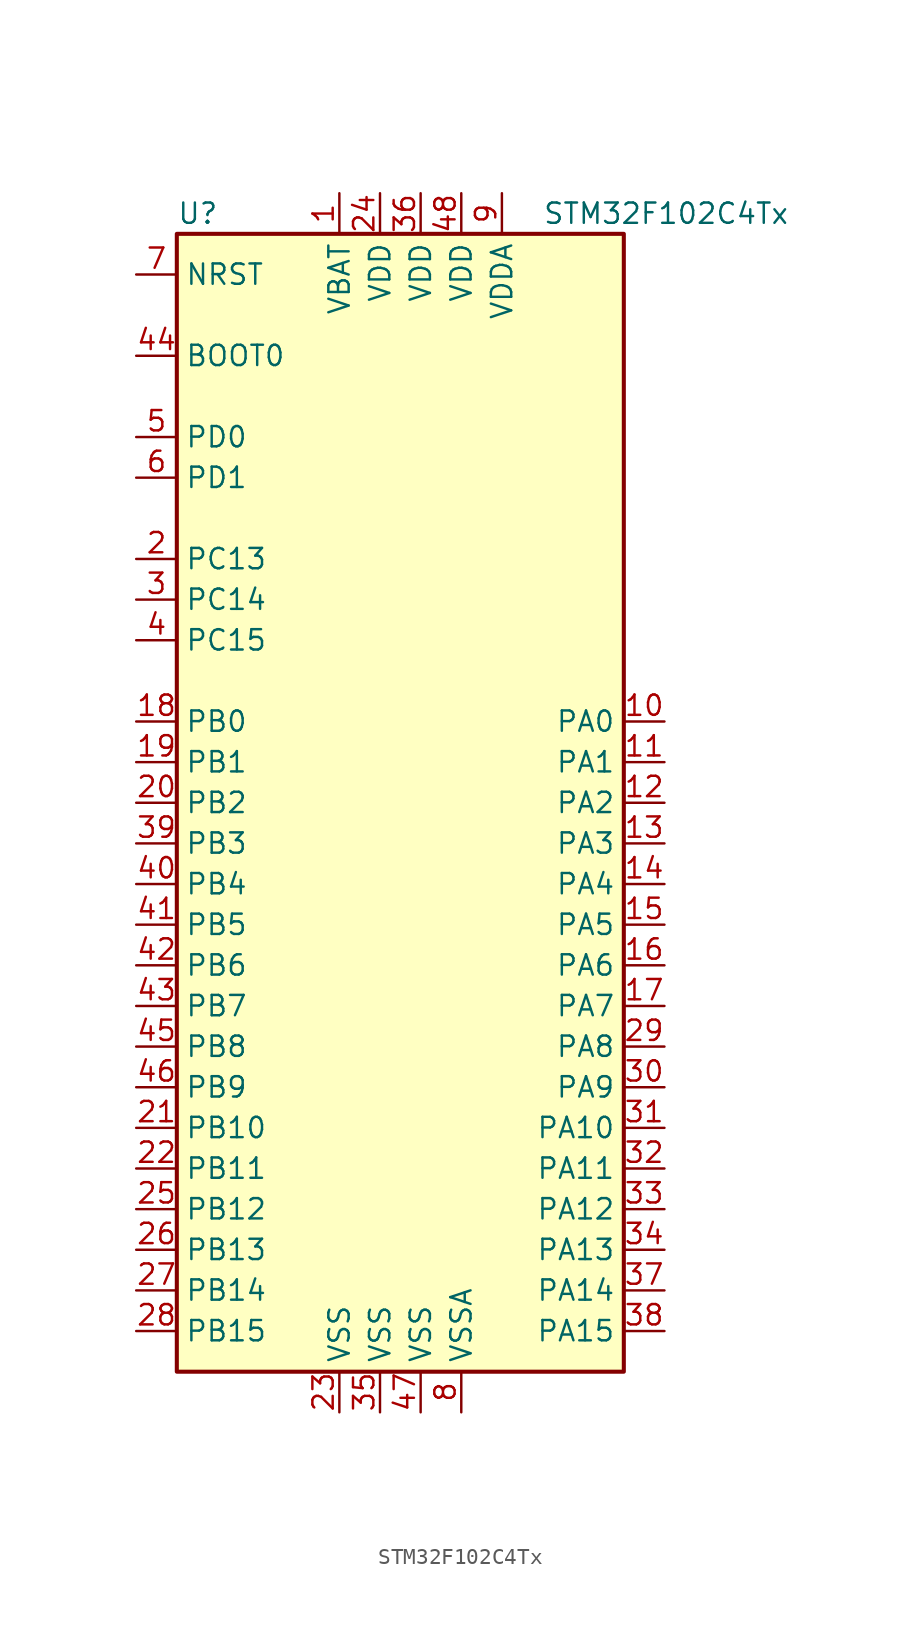
<source format=kicad_sym>
(kicad_symbol_lib
  (version 20201005)
  (generator kicad_symbol_editor)
  (symbol "MCU_ST_STM32F1:STM32F102C4Tx"
    (property "Reference" "U"
      (at -15.24 36.83 0)
      (effects (font (size 1.27 1.27)) (justify left)))
    (property "Value" "STM32F102C4Tx"
      (at 7.62 36.83 0)
      (effects (font (size 1.27 1.27)) (justify left)))
    (symbol "STM32F102C4Tx_0_1"
      (rectangle (start -15.24 -35.56) (end 12.7 35.56) (stroke (width 0.254)) (fill (type background))))
    (symbol "STM32F102C4Tx_1_1"
      (pin input line (at -17.78 27.94 0) (length 2.54) (name "BOOT0" (effects (font (size 1.27 1.27)))) (number "44" (effects (font (size 1.27 1.27)))))
      (pin input line (at -17.78 33.02 0) (length 2.54) (name "NRST" (effects (font (size 1.27 1.27)))) (number "7" (effects (font (size 1.27 1.27)))))
      (pin bidirectional line (at 15.24 5.08 180) (length 2.54) (name "PA0" (effects (font (size 1.27 1.27)))) (number "10" (effects (font (size 1.27 1.27)))))
      (pin bidirectional line (at 15.24 2.54 180) (length 2.54) (name "PA1" (effects (font (size 1.27 1.27)))) (number "11" (effects (font (size 1.27 1.27)))))
      (pin bidirectional line (at 15.24 -20.32 180) (length 2.54) (name "PA10" (effects (font (size 1.27 1.27)))) (number "31" (effects (font (size 1.27 1.27)))))
      (pin bidirectional line (at 15.24 -22.86 180) (length 2.54) (name "PA11" (effects (font (size 1.27 1.27)))) (number "32" (effects (font (size 1.27 1.27)))))
      (pin bidirectional line (at 15.24 -25.4 180) (length 2.54) (name "PA12" (effects (font (size 1.27 1.27)))) (number "33" (effects (font (size 1.27 1.27)))))
      (pin bidirectional line (at 15.24 -27.94 180) (length 2.54) (name "PA13" (effects (font (size 1.27 1.27)))) (number "34" (effects (font (size 1.27 1.27)))))
      (pin bidirectional line (at 15.24 -30.48 180) (length 2.54) (name "PA14" (effects (font (size 1.27 1.27)))) (number "37" (effects (font (size 1.27 1.27)))))
      (pin bidirectional line (at 15.24 -33.02 180) (length 2.54) (name "PA15" (effects (font (size 1.27 1.27)))) (number "38" (effects (font (size 1.27 1.27)))))
      (pin bidirectional line (at 15.24 0 180) (length 2.54) (name "PA2" (effects (font (size 1.27 1.27)))) (number "12" (effects (font (size 1.27 1.27)))))
      (pin bidirectional line (at 15.24 -2.54 180) (length 2.54) (name "PA3" (effects (font (size 1.27 1.27)))) (number "13" (effects (font (size 1.27 1.27)))))
      (pin bidirectional line (at 15.24 -5.08 180) (length 2.54) (name "PA4" (effects (font (size 1.27 1.27)))) (number "14" (effects (font (size 1.27 1.27)))))
      (pin bidirectional line (at 15.24 -7.62 180) (length 2.54) (name "PA5" (effects (font (size 1.27 1.27)))) (number "15" (effects (font (size 1.27 1.27)))))
      (pin bidirectional line (at 15.24 -10.16 180) (length 2.54) (name "PA6" (effects (font (size 1.27 1.27)))) (number "16" (effects (font (size 1.27 1.27)))))
      (pin bidirectional line (at 15.24 -12.7 180) (length 2.54) (name "PA7" (effects (font (size 1.27 1.27)))) (number "17" (effects (font (size 1.27 1.27)))))
      (pin bidirectional line (at 15.24 -15.24 180) (length 2.54) (name "PA8" (effects (font (size 1.27 1.27)))) (number "29" (effects (font (size 1.27 1.27)))))
      (pin bidirectional line (at 15.24 -17.78 180) (length 2.54) (name "PA9" (effects (font (size 1.27 1.27)))) (number "30" (effects (font (size 1.27 1.27)))))
      (pin bidirectional line (at -17.78 5.08 0) (length 2.54) (name "PB0" (effects (font (size 1.27 1.27)))) (number "18" (effects (font (size 1.27 1.27)))))
      (pin bidirectional line (at -17.78 2.54 0) (length 2.54) (name "PB1" (effects (font (size 1.27 1.27)))) (number "19" (effects (font (size 1.27 1.27)))))
      (pin bidirectional line (at -17.78 -20.32 0) (length 2.54) (name "PB10" (effects (font (size 1.27 1.27)))) (number "21" (effects (font (size 1.27 1.27)))))
      (pin bidirectional line (at -17.78 -22.86 0) (length 2.54) (name "PB11" (effects (font (size 1.27 1.27)))) (number "22" (effects (font (size 1.27 1.27)))))
      (pin bidirectional line (at -17.78 -25.4 0) (length 2.54) (name "PB12" (effects (font (size 1.27 1.27)))) (number "25" (effects (font (size 1.27 1.27)))))
      (pin bidirectional line (at -17.78 -27.94 0) (length 2.54) (name "PB13" (effects (font (size 1.27 1.27)))) (number "26" (effects (font (size 1.27 1.27)))))
      (pin bidirectional line (at -17.78 -30.48 0) (length 2.54) (name "PB14" (effects (font (size 1.27 1.27)))) (number "27" (effects (font (size 1.27 1.27)))))
      (pin bidirectional line (at -17.78 -33.02 0) (length 2.54) (name "PB15" (effects (font (size 1.27 1.27)))) (number "28" (effects (font (size 1.27 1.27)))))
      (pin bidirectional line (at -17.78 0 0) (length 2.54) (name "PB2" (effects (font (size 1.27 1.27)))) (number "20" (effects (font (size 1.27 1.27)))))
      (pin bidirectional line (at -17.78 -2.54 0) (length 2.54) (name "PB3" (effects (font (size 1.27 1.27)))) (number "39" (effects (font (size 1.27 1.27)))))
      (pin bidirectional line (at -17.78 -5.08 0) (length 2.54) (name "PB4" (effects (font (size 1.27 1.27)))) (number "40" (effects (font (size 1.27 1.27)))))
      (pin bidirectional line (at -17.78 -7.62 0) (length 2.54) (name "PB5" (effects (font (size 1.27 1.27)))) (number "41" (effects (font (size 1.27 1.27)))))
      (pin bidirectional line (at -17.78 -10.16 0) (length 2.54) (name "PB6" (effects (font (size 1.27 1.27)))) (number "42" (effects (font (size 1.27 1.27)))))
      (pin bidirectional line (at -17.78 -12.7 0) (length 2.54) (name "PB7" (effects (font (size 1.27 1.27)))) (number "43" (effects (font (size 1.27 1.27)))))
      (pin bidirectional line (at -17.78 -15.24 0) (length 2.54) (name "PB8" (effects (font (size 1.27 1.27)))) (number "45" (effects (font (size 1.27 1.27)))))
      (pin bidirectional line (at -17.78 -17.78 0) (length 2.54) (name "PB9" (effects (font (size 1.27 1.27)))) (number "46" (effects (font (size 1.27 1.27)))))
      (pin bidirectional line (at -17.78 15.24 0) (length 2.54) (name "PC13" (effects (font (size 1.27 1.27)))) (number "2" (effects (font (size 1.27 1.27)))))
      (pin bidirectional line (at -17.78 12.7 0) (length 2.54) (name "PC14" (effects (font (size 1.27 1.27)))) (number "3" (effects (font (size 1.27 1.27)))))
      (pin bidirectional line (at -17.78 10.16 0) (length 2.54) (name "PC15" (effects (font (size 1.27 1.27)))) (number "4" (effects (font (size 1.27 1.27)))))
      (pin input line (at -17.78 22.86 0) (length 2.54) (name "PD0" (effects (font (size 1.27 1.27)))) (number "5" (effects (font (size 1.27 1.27)))))
      (pin input line (at -17.78 20.32 0) (length 2.54) (name "PD1" (effects (font (size 1.27 1.27)))) (number "6" (effects (font (size 1.27 1.27)))))
      (pin power_in line (at -5.08 38.1 270) (length 2.54) (name "VBAT" (effects (font (size 1.27 1.27)))) (number "1" (effects (font (size 1.27 1.27)))))
      (pin power_in line (at -2.54 38.1 270) (length 2.54) (name "VDD" (effects (font (size 1.27 1.27)))) (number "24" (effects (font (size 1.27 1.27)))))
      (pin power_in line (at 0 38.1 270) (length 2.54) (name "VDD" (effects (font (size 1.27 1.27)))) (number "36" (effects (font (size 1.27 1.27)))))
      (pin power_in line (at 2.54 38.1 270) (length 2.54) (name "VDD" (effects (font (size 1.27 1.27)))) (number "48" (effects (font (size 1.27 1.27)))))
      (pin power_in line (at 5.08 38.1 270) (length 2.54) (name "VDDA" (effects (font (size 1.27 1.27)))) (number "9" (effects (font (size 1.27 1.27)))))
      (pin power_in line (at -5.08 -38.1 90) (length 2.54) (name "VSS" (effects (font (size 1.27 1.27)))) (number "23" (effects (font (size 1.27 1.27)))))
      (pin power_in line (at -2.54 -38.1 90) (length 2.54) (name "VSS" (effects (font (size 1.27 1.27)))) (number "35" (effects (font (size 1.27 1.27)))))
      (pin power_in line (at 0 -38.1 90) (length 2.54) (name "VSS" (effects (font (size 1.27 1.27)))) (number "47" (effects (font (size 1.27 1.27)))))
      (pin power_in line (at 2.54 -38.1 90) (length 2.54) (name "VSSA" (effects (font (size 1.27 1.27)))) (number "8" (effects (font (size 1.27 1.27))))))))
</source>
